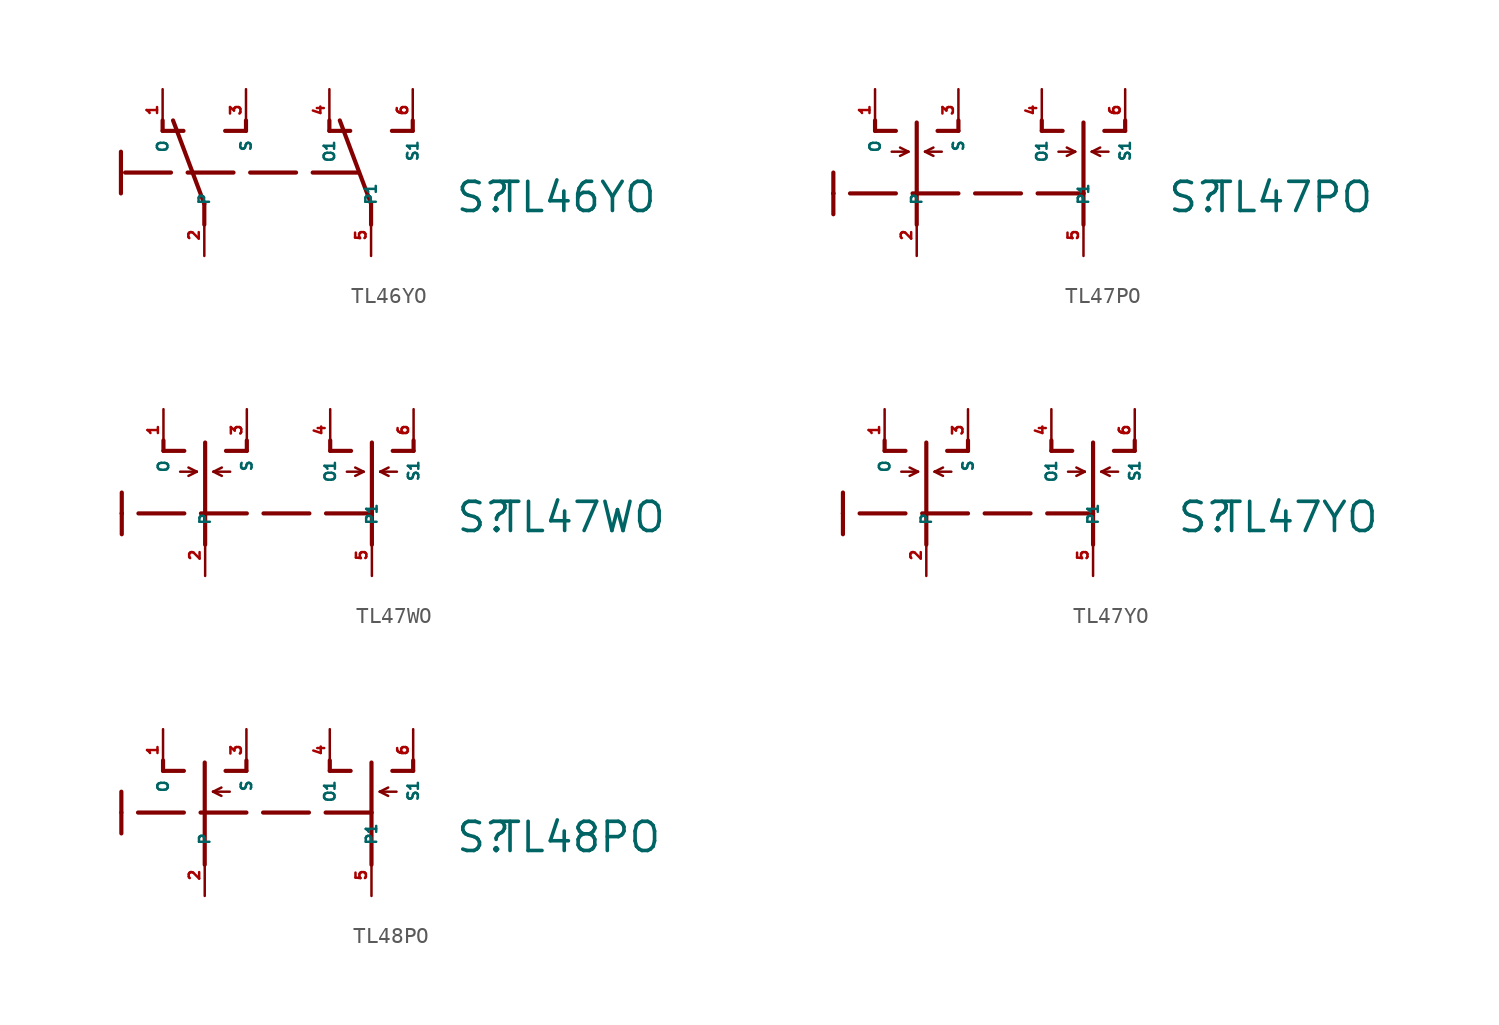
<source format=kicad_sym>
(kicad_symbol_lib
  (version 20220914)
  (generator Eagle2Kicad)
  (symbol "TL46YO"
    (property "Reference" "S"
      (at 15.24 -2.54 0)
      (effects (font (size 1.778 1.778) (thickness 0.22)) (justify left bottom)))
    (property "Value" "TL46YO"
      (at 17.78 -2.54 0)
      (effects (font (size 1.778 1.778) (thickness 0.22)) (justify left bottom)))
    (polyline
      (pts (xy 0 -3.175) (xy 0 -1.905))
      (stroke (width 0.254) (type default))
      (fill (type none)))
    (polyline
      (pts (xy 0 -1.905) (xy -1.905 3.175))
      (stroke (width 0.254) (type default))
      (fill (type none)))
    (polyline
      (pts (xy 1.27 2.54) (xy 2.54 2.54))
      (stroke (width 0.254) (type default))
      (fill (type none)))
    (polyline
      (pts (xy 2.54 2.54) (xy 2.54 3.175))
      (stroke (width 0.254) (type default))
      (fill (type none)))
    (polyline
      (pts (xy -2.54 2.54) (xy -1.27 2.54))
      (stroke (width 0.254) (type default))
      (fill (type none)))
    (polyline
      (pts (xy -2.54 2.54) (xy -2.54 3.175))
      (stroke (width 0.254) (type default))
      (fill (type none)))
    (polyline
      (pts (xy 10.16 -3.175) (xy 10.16 -1.905))
      (stroke (width 0.254) (type default))
      (fill (type none)))
    (polyline
      (pts (xy 10.16 -1.905) (xy 8.255 3.175))
      (stroke (width 0.254) (type default))
      (fill (type none)))
    (polyline
      (pts (xy 11.43 2.54) (xy 12.7 2.54))
      (stroke (width 0.254) (type default))
      (fill (type none)))
    (polyline
      (pts (xy 12.7 2.54) (xy 12.7 3.175))
      (stroke (width 0.254) (type default))
      (fill (type none)))
    (polyline
      (pts (xy 7.62 2.54) (xy 8.89 2.54))
      (stroke (width 0.254) (type default))
      (fill (type none)))
    (polyline
      (pts (xy 7.62 2.54) (xy 7.62 3.175))
      (stroke (width 0.254) (type default))
      (fill (type none)))
    (polyline
      (pts (xy 9.398 0) (xy -5.08 0))
      (stroke (width 0.254) (type dash))
      (fill (type none)))
    (polyline
      (pts (xy -5.08 1.27) (xy -5.08 -1.27))
      (stroke (width 0.254) (type default))
      (fill (type none)))
    (pin passive line
      (at 0 -5.08 90)
      (length 2.54)
      (name "P" (effects (font (size 0.635 0.635) (thickness 0.08)) (justify left bottom)))
      (number "2" (effects (font (size 0.635 0.635) (thickness 0.08)) (justify left bottom))))
    (pin passive line
      (at 2.54 5.08 270)
      (length 2.54)
      (name "S" (effects (font (size 0.635 0.635) (thickness 0.08)) (justify left bottom)))
      (number "3" (effects (font (size 0.635 0.635) (thickness 0.08)) (justify left bottom))))
    (pin passive line
      (at -2.54 5.08 270)
      (length 2.54)
      (name "O" (effects (font (size 0.635 0.635) (thickness 0.08)) (justify left bottom)))
      (number "1" (effects (font (size 0.635 0.635) (thickness 0.08)) (justify left bottom))))
    (pin passive line
      (at 10.16 -5.08 90)
      (length 2.54)
      (name "P1" (effects (font (size 0.635 0.635) (thickness 0.08)) (justify left bottom)))
      (number "5" (effects (font (size 0.635 0.635) (thickness 0.08)) (justify left bottom))))
    (pin passive line
      (at 12.7 5.08 270)
      (length 2.54)
      (name "S1" (effects (font (size 0.635 0.635) (thickness 0.08)) (justify left bottom)))
      (number "6" (effects (font (size 0.635 0.635) (thickness 0.08)) (justify left bottom))))
    (pin passive line
      (at 7.62 5.08 270)
      (length 2.54)
      (name "O1" (effects (font (size 0.635 0.635) (thickness 0.08)) (justify left bottom)))
      (number "4" (effects (font (size 0.635 0.635) (thickness 0.08)) (justify left bottom)))))
  (symbol "TL47PO"
    (property "Reference" "S"
      (at 15.24 -2.54 0)
      (effects (font (size 1.778 1.778) (thickness 0.22)) (justify left bottom)))
    (property "Value" "TL47PO"
      (at 17.78 -2.54 0)
      (effects (font (size 1.778 1.778) (thickness 0.22)) (justify left bottom)))
    (polyline
      (pts (xy 0 -3.175) (xy 0 3.048))
      (stroke (width 0.254) (type default))
      (fill (type none)))
    (polyline
      (pts (xy 1.27 2.54) (xy 2.54 2.54))
      (stroke (width 0.254) (type default))
      (fill (type none)))
    (polyline
      (pts (xy 2.54 2.54) (xy 2.54 3.175))
      (stroke (width 0.254) (type default))
      (fill (type none)))
    (polyline
      (pts (xy -2.54 2.54) (xy -1.27 2.54))
      (stroke (width 0.254) (type default))
      (fill (type none)))
    (polyline
      (pts (xy -2.54 2.54) (xy -2.54 3.175))
      (stroke (width 0.254) (type default))
      (fill (type none)))
    (polyline
      (pts (xy -1.524 1.27) (xy -0.508 1.27))
      (stroke (width 0.152) (type default))
      (fill (type none)))
    (polyline
      (pts (xy -0.508 1.27) (xy -1.016 1.524))
      (stroke (width 0.152) (type default))
      (fill (type none)))
    (polyline
      (pts (xy -0.508 1.27) (xy -1.016 1.016))
      (stroke (width 0.152) (type default))
      (fill (type none)))
    (polyline
      (pts (xy 0.508 1.27) (xy 1.016 1.524))
      (stroke (width 0.152) (type default))
      (fill (type none)))
    (polyline
      (pts (xy 0.508 1.27) (xy 1.016 1.016))
      (stroke (width 0.152) (type default))
      (fill (type none)))
    (polyline
      (pts (xy 0.508 1.27) (xy 1.524 1.27))
      (stroke (width 0.152) (type default))
      (fill (type none)))
    (polyline
      (pts (xy 10.16 -3.175) (xy 10.16 -1.27))
      (stroke (width 0.254) (type default))
      (fill (type none)))
    (polyline
      (pts (xy 10.16 -1.27) (xy 10.16 3.048))
      (stroke (width 0.254) (type default))
      (fill (type none)))
    (polyline
      (pts (xy 11.43 2.54) (xy 12.7 2.54))
      (stroke (width 0.254) (type default))
      (fill (type none)))
    (polyline
      (pts (xy 12.7 2.54) (xy 12.7 3.175))
      (stroke (width 0.254) (type default))
      (fill (type none)))
    (polyline
      (pts (xy 7.62 2.54) (xy 8.89 2.54))
      (stroke (width 0.254) (type default))
      (fill (type none)))
    (polyline
      (pts (xy 7.62 2.54) (xy 7.62 3.175))
      (stroke (width 0.254) (type default))
      (fill (type none)))
    (polyline
      (pts (xy 8.636 1.27) (xy 9.652 1.27))
      (stroke (width 0.152) (type default))
      (fill (type none)))
    (polyline
      (pts (xy 9.652 1.27) (xy 9.144 1.524))
      (stroke (width 0.152) (type default))
      (fill (type none)))
    (polyline
      (pts (xy 9.652 1.27) (xy 9.144 1.016))
      (stroke (width 0.152) (type default))
      (fill (type none)))
    (polyline
      (pts (xy 10.668 1.27) (xy 11.176 1.524))
      (stroke (width 0.152) (type default))
      (fill (type none)))
    (polyline
      (pts (xy 10.668 1.27) (xy 11.176 1.016))
      (stroke (width 0.152) (type default))
      (fill (type none)))
    (polyline
      (pts (xy 10.668 1.27) (xy 11.684 1.27))
      (stroke (width 0.152) (type default))
      (fill (type none)))
    (polyline
      (pts (xy 10.16 -1.27) (xy -5.08 -1.27))
      (stroke (width 0.254) (type dash))
      (fill (type none)))
    (polyline
      (pts (xy -5.08 -2.54) (xy -5.08 -1.27))
      (stroke (width 0.254) (type default))
      (fill (type none)))
    (polyline
      (pts (xy -5.08 -1.27) (xy -5.08 0))
      (stroke (width 0.254) (type default))
      (fill (type none)))
    (pin passive line
      (at 0 -5.08 90)
      (length 2.54)
      (name "P" (effects (font (size 0.635 0.635) (thickness 0.08)) (justify left bottom)))
      (number "2" (effects (font (size 0.635 0.635) (thickness 0.08)) (justify left bottom))))
    (pin passive line
      (at 2.54 5.08 270)
      (length 2.54)
      (name "S" (effects (font (size 0.635 0.635) (thickness 0.08)) (justify left bottom)))
      (number "3" (effects (font (size 0.635 0.635) (thickness 0.08)) (justify left bottom))))
    (pin passive line
      (at -2.54 5.08 270)
      (length 2.54)
      (name "O" (effects (font (size 0.635 0.635) (thickness 0.08)) (justify left bottom)))
      (number "1" (effects (font (size 0.635 0.635) (thickness 0.08)) (justify left bottom))))
    (pin passive line
      (at 10.16 -5.08 90)
      (length 2.54)
      (name "P1" (effects (font (size 0.635 0.635) (thickness 0.08)) (justify left bottom)))
      (number "5" (effects (font (size 0.635 0.635) (thickness 0.08)) (justify left bottom))))
    (pin passive line
      (at 12.7 5.08 270)
      (length 2.54)
      (name "S1" (effects (font (size 0.635 0.635) (thickness 0.08)) (justify left bottom)))
      (number "6" (effects (font (size 0.635 0.635) (thickness 0.08)) (justify left bottom))))
    (pin passive line
      (at 7.62 5.08 270)
      (length 2.54)
      (name "O1" (effects (font (size 0.635 0.635) (thickness 0.08)) (justify left bottom)))
      (number "4" (effects (font (size 0.635 0.635) (thickness 0.08)) (justify left bottom)))))
  (symbol "TL47WO"
    (property "Reference" "S"
      (at 15.24 -2.54 0)
      (effects (font (size 1.778 1.778) (thickness 0.22)) (justify left bottom)))
    (property "Value" "TL47WO"
      (at 17.78 -2.54 0)
      (effects (font (size 1.778 1.778) (thickness 0.22)) (justify left bottom)))
    (polyline
      (pts (xy 0 -3.175) (xy 0 3.048))
      (stroke (width 0.254) (type default))
      (fill (type none)))
    (polyline
      (pts (xy 1.27 2.54) (xy 2.54 2.54))
      (stroke (width 0.254) (type default))
      (fill (type none)))
    (polyline
      (pts (xy 2.54 2.54) (xy 2.54 3.175))
      (stroke (width 0.254) (type default))
      (fill (type none)))
    (polyline
      (pts (xy -2.54 2.54) (xy -1.27 2.54))
      (stroke (width 0.254) (type default))
      (fill (type none)))
    (polyline
      (pts (xy -2.54 2.54) (xy -2.54 3.175))
      (stroke (width 0.254) (type default))
      (fill (type none)))
    (polyline
      (pts (xy -1.524 1.27) (xy -0.508 1.27))
      (stroke (width 0.152) (type default))
      (fill (type none)))
    (polyline
      (pts (xy -0.508 1.27) (xy -1.016 1.524))
      (stroke (width 0.152) (type default))
      (fill (type none)))
    (polyline
      (pts (xy -0.508 1.27) (xy -1.016 1.016))
      (stroke (width 0.152) (type default))
      (fill (type none)))
    (polyline
      (pts (xy 0.508 1.27) (xy 1.016 1.524))
      (stroke (width 0.152) (type default))
      (fill (type none)))
    (polyline
      (pts (xy 0.508 1.27) (xy 1.016 1.016))
      (stroke (width 0.152) (type default))
      (fill (type none)))
    (polyline
      (pts (xy 0.508 1.27) (xy 1.524 1.27))
      (stroke (width 0.152) (type default))
      (fill (type none)))
    (polyline
      (pts (xy 10.16 -3.175) (xy 10.16 -1.27))
      (stroke (width 0.254) (type default))
      (fill (type none)))
    (polyline
      (pts (xy 10.16 -1.27) (xy 10.16 3.048))
      (stroke (width 0.254) (type default))
      (fill (type none)))
    (polyline
      (pts (xy 11.43 2.54) (xy 12.7 2.54))
      (stroke (width 0.254) (type default))
      (fill (type none)))
    (polyline
      (pts (xy 12.7 2.54) (xy 12.7 3.175))
      (stroke (width 0.254) (type default))
      (fill (type none)))
    (polyline
      (pts (xy 7.62 2.54) (xy 8.89 2.54))
      (stroke (width 0.254) (type default))
      (fill (type none)))
    (polyline
      (pts (xy 7.62 2.54) (xy 7.62 3.175))
      (stroke (width 0.254) (type default))
      (fill (type none)))
    (polyline
      (pts (xy 8.636 1.27) (xy 9.652 1.27))
      (stroke (width 0.152) (type default))
      (fill (type none)))
    (polyline
      (pts (xy 9.652 1.27) (xy 9.144 1.524))
      (stroke (width 0.152) (type default))
      (fill (type none)))
    (polyline
      (pts (xy 9.652 1.27) (xy 9.144 1.016))
      (stroke (width 0.152) (type default))
      (fill (type none)))
    (polyline
      (pts (xy 10.668 1.27) (xy 11.176 1.524))
      (stroke (width 0.152) (type default))
      (fill (type none)))
    (polyline
      (pts (xy 10.668 1.27) (xy 11.176 1.016))
      (stroke (width 0.152) (type default))
      (fill (type none)))
    (polyline
      (pts (xy 10.668 1.27) (xy 11.684 1.27))
      (stroke (width 0.152) (type default))
      (fill (type none)))
    (polyline
      (pts (xy 10.16 -1.27) (xy -5.08 -1.27))
      (stroke (width 0.254) (type dash))
      (fill (type none)))
    (polyline
      (pts (xy -5.08 -2.54) (xy -5.08 -1.27))
      (stroke (width 0.254) (type default))
      (fill (type none)))
    (polyline
      (pts (xy -5.08 -1.27) (xy -5.08 0))
      (stroke (width 0.254) (type default))
      (fill (type none)))
    (pin passive line
      (at 0 -5.08 90)
      (length 2.54)
      (name "P" (effects (font (size 0.635 0.635) (thickness 0.08)) (justify left bottom)))
      (number "2" (effects (font (size 0.635 0.635) (thickness 0.08)) (justify left bottom))))
    (pin passive line
      (at 2.54 5.08 270)
      (length 2.54)
      (name "S" (effects (font (size 0.635 0.635) (thickness 0.08)) (justify left bottom)))
      (number "3" (effects (font (size 0.635 0.635) (thickness 0.08)) (justify left bottom))))
    (pin passive line
      (at -2.54 5.08 270)
      (length 2.54)
      (name "O" (effects (font (size 0.635 0.635) (thickness 0.08)) (justify left bottom)))
      (number "1" (effects (font (size 0.635 0.635) (thickness 0.08)) (justify left bottom))))
    (pin passive line
      (at 10.16 -5.08 90)
      (length 2.54)
      (name "P1" (effects (font (size 0.635 0.635) (thickness 0.08)) (justify left bottom)))
      (number "5" (effects (font (size 0.635 0.635) (thickness 0.08)) (justify left bottom))))
    (pin passive line
      (at 12.7 5.08 270)
      (length 2.54)
      (name "S1" (effects (font (size 0.635 0.635) (thickness 0.08)) (justify left bottom)))
      (number "6" (effects (font (size 0.635 0.635) (thickness 0.08)) (justify left bottom))))
    (pin passive line
      (at 7.62 5.08 270)
      (length 2.54)
      (name "O1" (effects (font (size 0.635 0.635) (thickness 0.08)) (justify left bottom)))
      (number "4" (effects (font (size 0.635 0.635) (thickness 0.08)) (justify left bottom)))))
  (symbol "TL47YO"
    (property "Reference" "S"
      (at 15.24 -2.54 0)
      (effects (font (size 1.778 1.778) (thickness 0.22)) (justify left bottom)))
    (property "Value" "TL47YO"
      (at 17.78 -2.54 0)
      (effects (font (size 1.778 1.778) (thickness 0.22)) (justify left bottom)))
    (polyline
      (pts (xy 0 -3.175) (xy 0 3.048))
      (stroke (width 0.254) (type default))
      (fill (type none)))
    (polyline
      (pts (xy 1.27 2.54) (xy 2.54 2.54))
      (stroke (width 0.254) (type default))
      (fill (type none)))
    (polyline
      (pts (xy 2.54 2.54) (xy 2.54 3.175))
      (stroke (width 0.254) (type default))
      (fill (type none)))
    (polyline
      (pts (xy -2.54 2.54) (xy -1.27 2.54))
      (stroke (width 0.254) (type default))
      (fill (type none)))
    (polyline
      (pts (xy -2.54 2.54) (xy -2.54 3.175))
      (stroke (width 0.254) (type default))
      (fill (type none)))
    (polyline
      (pts (xy -1.524 1.27) (xy -0.508 1.27))
      (stroke (width 0.152) (type default))
      (fill (type none)))
    (polyline
      (pts (xy -0.508 1.27) (xy -1.016 1.524))
      (stroke (width 0.152) (type default))
      (fill (type none)))
    (polyline
      (pts (xy -0.508 1.27) (xy -1.016 1.016))
      (stroke (width 0.152) (type default))
      (fill (type none)))
    (polyline
      (pts (xy 0.508 1.27) (xy 1.016 1.524))
      (stroke (width 0.152) (type default))
      (fill (type none)))
    (polyline
      (pts (xy 0.508 1.27) (xy 1.016 1.016))
      (stroke (width 0.152) (type default))
      (fill (type none)))
    (polyline
      (pts (xy 0.508 1.27) (xy 1.524 1.27))
      (stroke (width 0.152) (type default))
      (fill (type none)))
    (polyline
      (pts (xy 10.16 -3.175) (xy 10.16 -1.27))
      (stroke (width 0.254) (type default))
      (fill (type none)))
    (polyline
      (pts (xy 10.16 -1.27) (xy 10.16 3.048))
      (stroke (width 0.254) (type default))
      (fill (type none)))
    (polyline
      (pts (xy 11.43 2.54) (xy 12.7 2.54))
      (stroke (width 0.254) (type default))
      (fill (type none)))
    (polyline
      (pts (xy 12.7 2.54) (xy 12.7 3.175))
      (stroke (width 0.254) (type default))
      (fill (type none)))
    (polyline
      (pts (xy 7.62 2.54) (xy 8.89 2.54))
      (stroke (width 0.254) (type default))
      (fill (type none)))
    (polyline
      (pts (xy 7.62 2.54) (xy 7.62 3.175))
      (stroke (width 0.254) (type default))
      (fill (type none)))
    (polyline
      (pts (xy 8.636 1.27) (xy 9.652 1.27))
      (stroke (width 0.152) (type default))
      (fill (type none)))
    (polyline
      (pts (xy 9.652 1.27) (xy 9.144 1.524))
      (stroke (width 0.152) (type default))
      (fill (type none)))
    (polyline
      (pts (xy 9.652 1.27) (xy 9.144 1.016))
      (stroke (width 0.152) (type default))
      (fill (type none)))
    (polyline
      (pts (xy 10.668 1.27) (xy 11.176 1.524))
      (stroke (width 0.152) (type default))
      (fill (type none)))
    (polyline
      (pts (xy 10.668 1.27) (xy 11.176 1.016))
      (stroke (width 0.152) (type default))
      (fill (type none)))
    (polyline
      (pts (xy 10.668 1.27) (xy 11.684 1.27))
      (stroke (width 0.152) (type default))
      (fill (type none)))
    (polyline
      (pts (xy 10.16 -1.27) (xy -5.08 -1.27))
      (stroke (width 0.254) (type dash))
      (fill (type none)))
    (polyline
      (pts (xy -5.08 -2.54) (xy -5.08 -1.27))
      (stroke (width 0.254) (type default))
      (fill (type none)))
    (polyline
      (pts (xy -5.08 -1.27) (xy -5.08 0))
      (stroke (width 0.254) (type default))
      (fill (type none)))
    (pin passive line
      (at 0 -5.08 90)
      (length 2.54)
      (name "P" (effects (font (size 0.635 0.635) (thickness 0.08)) (justify left bottom)))
      (number "2" (effects (font (size 0.635 0.635) (thickness 0.08)) (justify left bottom))))
    (pin passive line
      (at 2.54 5.08 270)
      (length 2.54)
      (name "S" (effects (font (size 0.635 0.635) (thickness 0.08)) (justify left bottom)))
      (number "3" (effects (font (size 0.635 0.635) (thickness 0.08)) (justify left bottom))))
    (pin passive line
      (at -2.54 5.08 270)
      (length 2.54)
      (name "O" (effects (font (size 0.635 0.635) (thickness 0.08)) (justify left bottom)))
      (number "1" (effects (font (size 0.635 0.635) (thickness 0.08)) (justify left bottom))))
    (pin passive line
      (at 10.16 -5.08 90)
      (length 2.54)
      (name "P1" (effects (font (size 0.635 0.635) (thickness 0.08)) (justify left bottom)))
      (number "5" (effects (font (size 0.635 0.635) (thickness 0.08)) (justify left bottom))))
    (pin passive line
      (at 12.7 5.08 270)
      (length 2.54)
      (name "S1" (effects (font (size 0.635 0.635) (thickness 0.08)) (justify left bottom)))
      (number "6" (effects (font (size 0.635 0.635) (thickness 0.08)) (justify left bottom))))
    (pin passive line
      (at 7.62 5.08 270)
      (length 2.54)
      (name "O1" (effects (font (size 0.635 0.635) (thickness 0.08)) (justify left bottom)))
      (number "4" (effects (font (size 0.635 0.635) (thickness 0.08)) (justify left bottom)))))
  (symbol "TL48PO"
    (property "Reference" "S"
      (at 15.24 -2.54 0)
      (effects (font (size 1.778 1.778) (thickness 0.22)) (justify left bottom)))
    (property "Value" "TL48PO"
      (at 17.78 -2.54 0)
      (effects (font (size 1.778 1.778) (thickness 0.22)) (justify left bottom)))
    (polyline
      (pts (xy 0 -3.175) (xy 0 3.048))
      (stroke (width 0.254) (type default))
      (fill (type none)))
    (polyline
      (pts (xy 1.27 2.54) (xy 2.54 2.54))
      (stroke (width 0.254) (type default))
      (fill (type none)))
    (polyline
      (pts (xy 2.54 2.54) (xy 2.54 3.175))
      (stroke (width 0.254) (type default))
      (fill (type none)))
    (polyline
      (pts (xy -2.54 2.54) (xy -1.27 2.54))
      (stroke (width 0.254) (type default))
      (fill (type none)))
    (polyline
      (pts (xy -2.54 2.54) (xy -2.54 3.175))
      (stroke (width 0.254) (type default))
      (fill (type none)))
    (polyline
      (pts (xy 0.508 1.27) (xy 1.016 1.524))
      (stroke (width 0.152) (type default))
      (fill (type none)))
    (polyline
      (pts (xy 0.508 1.27) (xy 1.016 1.016))
      (stroke (width 0.152) (type default))
      (fill (type none)))
    (polyline
      (pts (xy 0.508 1.27) (xy 1.524 1.27))
      (stroke (width 0.152) (type default))
      (fill (type none)))
    (polyline
      (pts (xy 10.16 -3.175) (xy 10.16 0))
      (stroke (width 0.254) (type default))
      (fill (type none)))
    (polyline
      (pts (xy 10.16 0) (xy 10.16 3.048))
      (stroke (width 0.254) (type default))
      (fill (type none)))
    (polyline
      (pts (xy 11.43 2.54) (xy 12.7 2.54))
      (stroke (width 0.254) (type default))
      (fill (type none)))
    (polyline
      (pts (xy 12.7 2.54) (xy 12.7 3.175))
      (stroke (width 0.254) (type default))
      (fill (type none)))
    (polyline
      (pts (xy 7.62 2.54) (xy 8.89 2.54))
      (stroke (width 0.254) (type default))
      (fill (type none)))
    (polyline
      (pts (xy 7.62 2.54) (xy 7.62 3.175))
      (stroke (width 0.254) (type default))
      (fill (type none)))
    (polyline
      (pts (xy 10.668 1.27) (xy 11.176 1.524))
      (stroke (width 0.152) (type default))
      (fill (type none)))
    (polyline
      (pts (xy 10.668 1.27) (xy 11.176 1.016))
      (stroke (width 0.152) (type default))
      (fill (type none)))
    (polyline
      (pts (xy 10.668 1.27) (xy 11.684 1.27))
      (stroke (width 0.152) (type default))
      (fill (type none)))
    (polyline
      (pts (xy 10.16 0) (xy -5.08 0))
      (stroke (width 0.254) (type dash))
      (fill (type none)))
    (polyline
      (pts (xy -5.08 -1.27) (xy -5.08 1.27))
      (stroke (width 0.254) (type default))
      (fill (type none)))
    (pin passive line
      (at 0 -5.08 90)
      (length 2.54)
      (name "P" (effects (font (size 0.635 0.635) (thickness 0.08)) (justify left bottom)))
      (number "2" (effects (font (size 0.635 0.635) (thickness 0.08)) (justify left bottom))))
    (pin passive line
      (at 2.54 5.08 270)
      (length 2.54)
      (name "S" (effects (font (size 0.635 0.635) (thickness 0.08)) (justify left bottom)))
      (number "3" (effects (font (size 0.635 0.635) (thickness 0.08)) (justify left bottom))))
    (pin passive line
      (at -2.54 5.08 270)
      (length 2.54)
      (name "O" (effects (font (size 0.635 0.635) (thickness 0.08)) (justify left bottom)))
      (number "1" (effects (font (size 0.635 0.635) (thickness 0.08)) (justify left bottom))))
    (pin passive line
      (at 10.16 -5.08 90)
      (length 2.54)
      (name "P1" (effects (font (size 0.635 0.635) (thickness 0.08)) (justify left bottom)))
      (number "5" (effects (font (size 0.635 0.635) (thickness 0.08)) (justify left bottom))))
    (pin passive line
      (at 12.7 5.08 270)
      (length 2.54)
      (name "S1" (effects (font (size 0.635 0.635) (thickness 0.08)) (justify left bottom)))
      (number "6" (effects (font (size 0.635 0.635) (thickness 0.08)) (justify left bottom))))
    (pin passive line
      (at 7.62 5.08 270)
      (length 2.54)
      (name "O1" (effects (font (size 0.635 0.635) (thickness 0.08)) (justify left bottom)))
      (number "4" (effects (font (size 0.635 0.635) (thickness 0.08)) (justify left bottom))))))
</source>
